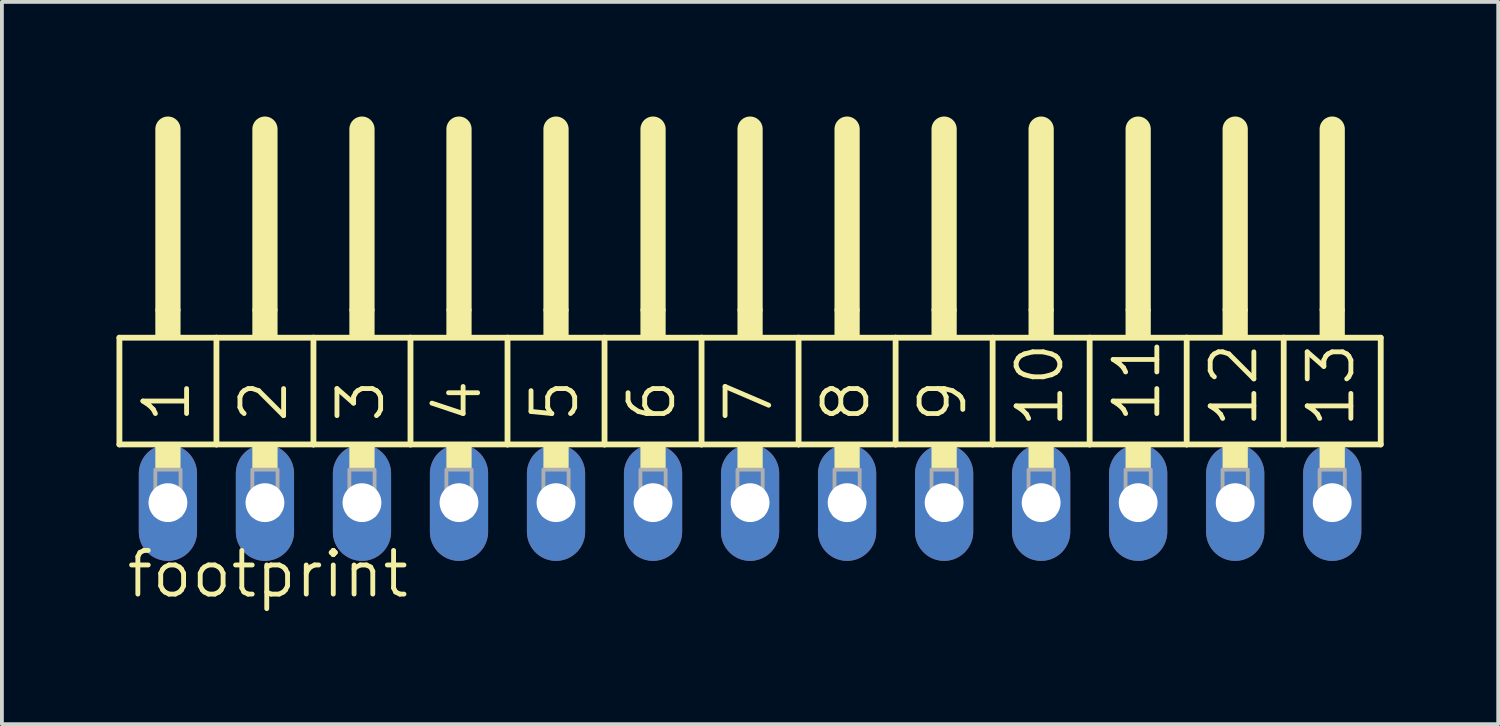
<source format=kicad_pcb>
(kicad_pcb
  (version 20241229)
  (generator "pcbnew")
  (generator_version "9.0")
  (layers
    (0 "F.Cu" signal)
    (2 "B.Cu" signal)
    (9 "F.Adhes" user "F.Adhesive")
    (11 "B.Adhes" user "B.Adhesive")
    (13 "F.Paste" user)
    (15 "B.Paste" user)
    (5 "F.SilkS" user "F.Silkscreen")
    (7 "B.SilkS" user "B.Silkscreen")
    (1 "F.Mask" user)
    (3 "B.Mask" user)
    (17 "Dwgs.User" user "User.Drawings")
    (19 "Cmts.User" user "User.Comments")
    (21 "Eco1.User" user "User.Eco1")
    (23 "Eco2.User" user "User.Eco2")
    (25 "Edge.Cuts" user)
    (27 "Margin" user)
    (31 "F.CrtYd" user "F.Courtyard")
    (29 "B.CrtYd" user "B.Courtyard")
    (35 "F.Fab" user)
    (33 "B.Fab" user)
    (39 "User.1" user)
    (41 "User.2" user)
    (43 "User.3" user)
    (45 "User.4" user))
  (footprint "footprint"
    (layer "F.Cu")
    (at 16.586 10.109)
    (property "Reference" "footprint" (at -16.383 2.54 0) (layer "F.SilkS") (effects (font (size 1.143 1.143) (thickness 0.127)) (justify left bottom)))
    (fp_line (start -16.51 -4.318) (end -13.97 -4.318) (stroke (width 0.152) (type solid)) (layer "F.SilkS"))
    (fp_line (start -16.51 -1.524) (end -16.51 -4.318) (stroke (width 0.152) (type solid)) (layer "F.SilkS"))
    (fp_line (start -15.24 -5.08) (end -15.24 -9.779) (stroke (width 0.66) (type solid)) (layer "F.SilkS"))
    (fp_line (start -13.97 -4.318) (end -11.43 -4.318) (stroke (width 0.152) (type solid)) (layer "F.SilkS"))
    (fp_line (start -13.97 -1.524) (end -16.51 -1.524) (stroke (width 0.152) (type solid)) (layer "F.SilkS"))
    (fp_line (start -13.97 -1.524) (end -13.97 -4.318) (stroke (width 0.152) (type solid)) (layer "F.SilkS"))
    (fp_line (start -13.97 -1.524) (end -11.43 -1.524) (stroke (width 0.152) (type solid)) (layer "F.SilkS"))
    (fp_line (start -12.7 -5.08) (end -12.7 -9.779) (stroke (width 0.66) (type solid)) (layer "F.SilkS"))
    (fp_line (start -11.43 -4.318) (end -8.89 -4.318) (stroke (width 0.152) (type solid)) (layer "F.SilkS"))
    (fp_line (start -11.43 -1.524) (end -11.43 -4.318) (stroke (width 0.152) (type solid)) (layer "F.SilkS"))
    (fp_line (start -10.16 -5.08) (end -10.16 -9.779) (stroke (width 0.66) (type solid)) (layer "F.SilkS"))
    (fp_line (start -8.89 -4.318) (end -6.35 -4.318) (stroke (width 0.152) (type solid)) (layer "F.SilkS"))
    (fp_line (start -8.89 -1.524) (end -11.43 -1.524) (stroke (width 0.152) (type solid)) (layer "F.SilkS"))
    (fp_line (start -8.89 -1.524) (end -8.89 -4.318) (stroke (width 0.152) (type solid)) (layer "F.SilkS"))
    (fp_line (start -7.62 -5.08) (end -7.62 -9.779) (stroke (width 0.66) (type solid)) (layer "F.SilkS"))
    (fp_line (start -6.35 -4.318) (end -3.81 -4.318) (stroke (width 0.152) (type solid)) (layer "F.SilkS"))
    (fp_line (start -6.35 -1.524) (end -8.89 -1.524) (stroke (width 0.152) (type solid)) (layer "F.SilkS"))
    (fp_line (start -6.35 -1.524) (end -6.35 -4.318) (stroke (width 0.152) (type solid)) (layer "F.SilkS"))
    (fp_line (start -5.08 -5.08) (end -5.08 -9.779) (stroke (width 0.66) (type solid)) (layer "F.SilkS"))
    (fp_line (start -3.81 -4.318) (end -1.27 -4.318) (stroke (width 0.152) (type solid)) (layer "F.SilkS"))
    (fp_line (start -3.81 -1.524) (end -6.35 -1.524) (stroke (width 0.152) (type solid)) (layer "F.SilkS"))
    (fp_line (start -3.81 -1.524) (end -3.81 -4.318) (stroke (width 0.152) (type solid)) (layer "F.SilkS"))
    (fp_line (start -2.54 -5.08) (end -2.54 -9.779) (stroke (width 0.66) (type solid)) (layer "F.SilkS"))
    (fp_line (start -1.27 -4.318) (end 1.27 -4.318) (stroke (width 0.152) (type solid)) (layer "F.SilkS"))
    (fp_line (start -1.27 -1.524) (end -3.81 -1.524) (stroke (width 0.152) (type solid)) (layer "F.SilkS"))
    (fp_line (start -1.27 -1.524) (end -1.27 -4.318) (stroke (width 0.152) (type solid)) (layer "F.SilkS"))
    (fp_line (start -1.27 -1.524) (end 1.27 -1.524) (stroke (width 0.152) (type solid)) (layer "F.SilkS"))
    (fp_line (start 0 -5.08) (end 0 -9.779) (stroke (width 0.66) (type solid)) (layer "F.SilkS"))
    (fp_line (start 1.27 -4.318) (end 3.81 -4.318) (stroke (width 0.152) (type solid)) (layer "F.SilkS"))
    (fp_line (start 1.27 -1.524) (end 1.27 -4.318) (stroke (width 0.152) (type solid)) (layer "F.SilkS"))
    (fp_line (start 2.54 -5.08) (end 2.54 -9.779) (stroke (width 0.66) (type solid)) (layer "F.SilkS"))
    (fp_line (start 3.81 -4.318) (end 6.35 -4.318) (stroke (width 0.152) (type solid)) (layer "F.SilkS"))
    (fp_line (start 3.81 -1.524) (end 1.27 -1.524) (stroke (width 0.152) (type solid)) (layer "F.SilkS"))
    (fp_line (start 3.81 -1.524) (end 3.81 -4.318) (stroke (width 0.152) (type solid)) (layer "F.SilkS"))
    (fp_line (start 5.08 -5.08) (end 5.08 -9.779) (stroke (width 0.66) (type solid)) (layer "F.SilkS"))
    (fp_line (start 6.35 -4.318) (end 8.89 -4.318) (stroke (width 0.152) (type solid)) (layer "F.SilkS"))
    (fp_line (start 6.35 -1.524) (end 3.81 -1.524) (stroke (width 0.152) (type solid)) (layer "F.SilkS"))
    (fp_line (start 6.35 -1.524) (end 6.35 -4.318) (stroke (width 0.152) (type solid)) (layer "F.SilkS"))
    (fp_line (start 7.62 -5.08) (end 7.62 -9.779) (stroke (width 0.66) (type solid)) (layer "F.SilkS"))
    (fp_line (start 8.89 -4.318) (end 11.43 -4.318) (stroke (width 0.152) (type solid)) (layer "F.SilkS"))
    (fp_line (start 8.89 -1.524) (end 6.35 -1.524) (stroke (width 0.152) (type solid)) (layer "F.SilkS"))
    (fp_line (start 8.89 -1.524) (end 8.89 -4.318) (stroke (width 0.152) (type solid)) (layer "F.SilkS"))
    (fp_line (start 10.16 -5.08) (end 10.16 -9.779) (stroke (width 0.66) (type solid)) (layer "F.SilkS"))
    (fp_line (start 11.43 -4.318) (end 13.97 -4.318) (stroke (width 0.152) (type solid)) (layer "F.SilkS"))
    (fp_line (start 11.43 -1.524) (end 8.89 -1.524) (stroke (width 0.152) (type solid)) (layer "F.SilkS"))
    (fp_line (start 11.43 -1.524) (end 11.43 -4.318) (stroke (width 0.152) (type solid)) (layer "F.SilkS"))
    (fp_line (start 11.43 -1.524) (end 13.97 -1.524) (stroke (width 0.152) (type solid)) (layer "F.SilkS"))
    (fp_line (start 12.7 -5.08) (end 12.7 -9.779) (stroke (width 0.66) (type solid)) (layer "F.SilkS"))
    (fp_line (start 13.97 -4.318) (end 16.51 -4.318) (stroke (width 0.152) (type solid)) (layer "F.SilkS"))
    (fp_line (start 13.97 -1.524) (end 13.97 -4.318) (stroke (width 0.152) (type solid)) (layer "F.SilkS"))
    (fp_line (start 13.97 -1.524) (end 16.51 -1.524) (stroke (width 0.152) (type solid)) (layer "F.SilkS"))
    (fp_line (start 15.24 -5.08) (end 15.24 -9.779) (stroke (width 0.66) (type solid)) (layer "F.SilkS"))
    (fp_line (start 16.51 -1.524) (end 16.51 -4.318) (stroke (width 0.152) (type solid)) (layer "F.SilkS"))
    (fp_poly (pts (xy -15.57 -4.318) (xy -14.91 -4.318) (xy -14.91 -5.08) (xy -15.57 -5.08)) (stroke (width 0) (type solid)) (fill yes) (layer "F.SilkS"))
    (fp_poly (pts (xy -15.57 -0.864) (xy -14.91 -0.864) (xy -14.91 -1.524) (xy -15.57 -1.524)) (stroke (width 0) (type solid)) (fill yes) (layer "F.SilkS"))
    (fp_poly (pts (xy -13.03 -4.318) (xy -12.37 -4.318) (xy -12.37 -5.08) (xy -13.03 -5.08)) (stroke (width 0) (type solid)) (fill yes) (layer "F.SilkS"))
    (fp_poly (pts (xy -13.03 -0.864) (xy -12.37 -0.864) (xy -12.37 -1.524) (xy -13.03 -1.524)) (stroke (width 0) (type solid)) (fill yes) (layer "F.SilkS"))
    (fp_poly (pts (xy -10.49 -4.318) (xy -9.83 -4.318) (xy -9.83 -5.08) (xy -10.49 -5.08)) (stroke (width 0) (type solid)) (fill yes) (layer "F.SilkS"))
    (fp_poly (pts (xy -10.49 -0.864) (xy -9.83 -0.864) (xy -9.83 -1.524) (xy -10.49 -1.524)) (stroke (width 0) (type solid)) (fill yes) (layer "F.SilkS"))
    (fp_poly (pts (xy -7.95 -4.318) (xy -7.29 -4.318) (xy -7.29 -5.08) (xy -7.95 -5.08)) (stroke (width 0) (type solid)) (fill yes) (layer "F.SilkS"))
    (fp_poly (pts (xy -7.95 -0.864) (xy -7.29 -0.864) (xy -7.29 -1.524) (xy -7.95 -1.524)) (stroke (width 0) (type solid)) (fill yes) (layer "F.SilkS"))
    (fp_poly (pts (xy -5.41 -4.318) (xy -4.75 -4.318) (xy -4.75 -5.08) (xy -5.41 -5.08)) (stroke (width 0) (type solid)) (fill yes) (layer "F.SilkS"))
    (fp_poly (pts (xy -5.41 -0.864) (xy -4.75 -0.864) (xy -4.75 -1.524) (xy -5.41 -1.524)) (stroke (width 0) (type solid)) (fill yes) (layer "F.SilkS"))
    (fp_poly (pts (xy -2.87 -4.318) (xy -2.21 -4.318) (xy -2.21 -5.08) (xy -2.87 -5.08)) (stroke (width 0) (type solid)) (fill yes) (layer "F.SilkS"))
    (fp_poly (pts (xy -2.87 -0.864) (xy -2.21 -0.864) (xy -2.21 -1.524) (xy -2.87 -1.524)) (stroke (width 0) (type solid)) (fill yes) (layer "F.SilkS"))
    (fp_poly (pts (xy -0.33 -4.318) (xy 0.33 -4.318) (xy 0.33 -5.08) (xy -0.33 -5.08)) (stroke (width 0) (type solid)) (fill yes) (layer "F.SilkS"))
    (fp_poly (pts (xy -0.33 -0.864) (xy 0.33 -0.864) (xy 0.33 -1.524) (xy -0.33 -1.524)) (stroke (width 0) (type solid)) (fill yes) (layer "F.SilkS"))
    (fp_poly (pts (xy 2.21 -4.318) (xy 2.87 -4.318) (xy 2.87 -5.08) (xy 2.21 -5.08)) (stroke (width 0) (type solid)) (fill yes) (layer "F.SilkS"))
    (fp_poly (pts (xy 2.21 -0.864) (xy 2.87 -0.864) (xy 2.87 -1.524) (xy 2.21 -1.524)) (stroke (width 0) (type solid)) (fill yes) (layer "F.SilkS"))
    (fp_poly (pts (xy 4.75 -4.318) (xy 5.41 -4.318) (xy 5.41 -5.08) (xy 4.75 -5.08)) (stroke (width 0) (type solid)) (fill yes) (layer "F.SilkS"))
    (fp_poly (pts (xy 4.75 -0.864) (xy 5.41 -0.864) (xy 5.41 -1.524) (xy 4.75 -1.524)) (stroke (width 0) (type solid)) (fill yes) (layer "F.SilkS"))
    (fp_poly (pts (xy 7.29 -4.318) (xy 7.95 -4.318) (xy 7.95 -5.08) (xy 7.29 -5.08)) (stroke (width 0) (type solid)) (fill yes) (layer "F.SilkS"))
    (fp_poly (pts (xy 7.29 -0.864) (xy 7.95 -0.864) (xy 7.95 -1.524) (xy 7.29 -1.524)) (stroke (width 0) (type solid)) (fill yes) (layer "F.SilkS"))
    (fp_poly (pts (xy 9.83 -4.318) (xy 10.49 -4.318) (xy 10.49 -5.08) (xy 9.83 -5.08)) (stroke (width 0) (type solid)) (fill yes) (layer "F.SilkS"))
    (fp_poly (pts (xy 9.83 -0.864) (xy 10.49 -0.864) (xy 10.49 -1.524) (xy 9.83 -1.524)) (stroke (width 0) (type solid)) (fill yes) (layer "F.SilkS"))
    (fp_poly (pts (xy 12.37 -4.318) (xy 13.03 -4.318) (xy 13.03 -5.08) (xy 12.37 -5.08)) (stroke (width 0) (type solid)) (fill yes) (layer "F.SilkS"))
    (fp_poly (pts (xy 12.37 -0.864) (xy 13.03 -0.864) (xy 13.03 -1.524) (xy 12.37 -1.524)) (stroke (width 0) (type solid)) (fill yes) (layer "F.SilkS"))
    (fp_poly (pts (xy 14.91 -4.318) (xy 15.57 -4.318) (xy 15.57 -5.08) (xy 14.91 -5.08)) (stroke (width 0) (type solid)) (fill yes) (layer "F.SilkS"))
    (fp_poly (pts (xy 14.91 -0.864) (xy 15.57 -0.864) (xy 15.57 -1.524) (xy 14.91 -1.524)) (stroke (width 0) (type solid)) (fill yes) (layer "F.SilkS"))
    (fp_poly (pts (xy -15.57 0.33) (xy -14.91 0.33) (xy -14.91 -0.864) (xy -15.57 -0.864)) (stroke (width 0.1) (type solid)) (fill no) (layer "F.Fab"))
    (fp_poly (pts (xy -13.03 0.33) (xy -12.37 0.33) (xy -12.37 -0.864) (xy -13.03 -0.864)) (stroke (width 0.1) (type solid)) (fill no) (layer "F.Fab"))
    (fp_poly (pts (xy -10.49 0.33) (xy -9.83 0.33) (xy -9.83 -0.864) (xy -10.49 -0.864)) (stroke (width 0.1) (type solid)) (fill no) (layer "F.Fab"))
    (fp_poly (pts (xy -7.95 0.33) (xy -7.29 0.33) (xy -7.29 -0.864) (xy -7.95 -0.864)) (stroke (width 0.1) (type solid)) (fill no) (layer "F.Fab"))
    (fp_poly (pts (xy -5.41 0.33) (xy -4.75 0.33) (xy -4.75 -0.864) (xy -5.41 -0.864)) (stroke (width 0.1) (type solid)) (fill no) (layer "F.Fab"))
    (fp_poly (pts (xy -2.87 0.33) (xy -2.21 0.33) (xy -2.21 -0.864) (xy -2.87 -0.864)) (stroke (width 0.1) (type solid)) (fill no) (layer "F.Fab"))
    (fp_poly (pts (xy -0.33 0.33) (xy 0.33 0.33) (xy 0.33 -0.864) (xy -0.33 -0.864)) (stroke (width 0.1) (type solid)) (fill no) (layer "F.Fab"))
    (fp_poly (pts (xy 2.21 0.33) (xy 2.87 0.33) (xy 2.87 -0.864) (xy 2.21 -0.864)) (stroke (width 0.1) (type solid)) (fill no) (layer "F.Fab"))
    (fp_poly (pts (xy 4.75 0.33) (xy 5.41 0.33) (xy 5.41 -0.864) (xy 4.75 -0.864)) (stroke (width 0.1) (type solid)) (fill no) (layer "F.Fab"))
    (fp_poly (pts (xy 7.29 0.33) (xy 7.95 0.33) (xy 7.95 -0.864) (xy 7.29 -0.864)) (stroke (width 0.1) (type solid)) (fill no) (layer "F.Fab"))
    (fp_poly (pts (xy 9.83 0.33) (xy 10.49 0.33) (xy 10.49 -0.864) (xy 9.83 -0.864)) (stroke (width 0.1) (type solid)) (fill no) (layer "F.Fab"))
    (fp_poly (pts (xy 12.37 0.33) (xy 13.03 0.33) (xy 13.03 -0.864) (xy 12.37 -0.864)) (stroke (width 0.1) (type solid)) (fill no) (layer "F.Fab"))
    (fp_poly (pts (xy 14.91 0.33) (xy 15.57 0.33) (xy 15.57 -0.864) (xy 14.91 -0.864)) (stroke (width 0.1) (type solid)) (fill no) (layer "F.Fab"))
    (fp_text user "4" (at -6.985 -2.032 90) (layer "F.SilkS") (effects (font (size 1.143 1.143) (thickness 0.127)) (justify left bottom)))
    (fp_text user "1" (at -14.605 -2.032 90) (layer "F.SilkS") (effects (font (size 1.143 1.143) (thickness 0.127)) (justify left bottom)))
    (fp_text user "11" (at 10.795 -2.032 90) (layer "F.SilkS") (effects (font (size 1.143 1.143) (thickness 0.127)) (justify left bottom)))
    (fp_text user "8" (at 3.175 -2.032 90) (layer "F.SilkS") (effects (font (size 1.143 1.143) (thickness 0.127)) (justify left bottom)))
    (fp_text user "2" (at -12.065 -2.032 90) (layer "F.SilkS") (effects (font (size 1.143 1.143) (thickness 0.127)) (justify left bottom)))
    (fp_text user "10" (at 8.255 -1.905 90) (layer "F.SilkS") (effects (font (size 1.143 1.143) (thickness 0.127)) (justify left bottom)))
    (fp_text user "7" (at 0.635 -2.032 90) (layer "F.SilkS") (effects (font (size 1.143 1.143) (thickness 0.127)) (justify left bottom)))
    (fp_text user "13" (at 15.875 -1.905 90) (layer "F.SilkS") (effects (font (size 1.143 1.143) (thickness 0.127)) (justify left bottom)))
    (fp_text user "3" (at -9.525 -2.032 90) (layer "F.SilkS") (effects (font (size 1.143 1.143) (thickness 0.127)) (justify left bottom)))
    (fp_text user "5" (at -4.445 -2.032 90) (layer "F.SilkS") (effects (font (size 1.143 1.143) (thickness 0.127)) (justify left bottom)))
    (fp_text user "6" (at -1.905 -2.032 90) (layer "F.SilkS") (effects (font (size 1.143 1.143) (thickness 0.127)) (justify left bottom)))
    (fp_text user "12" (at 13.335 -1.905 90) (layer "F.SilkS") (effects (font (size 1.143 1.143) (thickness 0.127)) (justify left bottom)))
    (fp_text user "9" (at 5.715 -2.032 90) (layer "F.SilkS") (effects (font (size 1.143 1.143) (thickness 0.127)) (justify left bottom)))
    (pad "1" thru_hole oval (at -15.24 0 90) (size 3.048 1.524) (drill 1.016) (layers "*.Cu" "*.Mask"))
    (pad "2" thru_hole oval (at -12.7 0 90) (size 3.048 1.524) (drill 1.016) (layers "*.Cu" "*.Mask"))
    (pad "3" thru_hole oval (at -10.16 0 90) (size 3.048 1.524) (drill 1.016) (layers "*.Cu" "*.Mask"))
    (pad "4" thru_hole oval (at -7.62 0 90) (size 3.048 1.524) (drill 1.016) (layers "*.Cu" "*.Mask"))
    (pad "5" thru_hole oval (at -5.08 0 90) (size 3.048 1.524) (drill 1.016) (layers "*.Cu" "*.Mask"))
    (pad "6" thru_hole oval (at -2.54 0 90) (size 3.048 1.524) (drill 1.016) (layers "*.Cu" "*.Mask"))
    (pad "7" thru_hole oval (at 0 0 90) (size 3.048 1.524) (drill 1.016) (layers "*.Cu" "*.Mask"))
    (pad "8" thru_hole oval (at 2.54 0 90) (size 3.048 1.524) (drill 1.016) (layers "*.Cu" "*.Mask"))
    (pad "9" thru_hole oval (at 5.08 0 90) (size 3.048 1.524) (drill 1.016) (layers "*.Cu" "*.Mask"))
    (pad "10" thru_hole oval (at 7.62 0 90) (size 3.048 1.524) (drill 1.016) (layers "*.Cu" "*.Mask"))
    (pad "11" thru_hole oval (at 10.16 0 90) (size 3.048 1.524) (drill 1.016) (layers "*.Cu" "*.Mask"))
    (pad "12" thru_hole oval (at 12.7 0 90) (size 3.048 1.524) (drill 1.016) (layers "*.Cu" "*.Mask"))
    (pad "13" thru_hole oval (at 15.24 0 90) (size 3.048 1.524) (drill 1.016) (layers "*.Cu" "*.Mask")))
  (gr_rect
    (start -3 -3)
    (end 36.172 15.908)
    (stroke (width 0.1) (type default))
    (fill no)
    (layer "Edge.Cuts")))
</source>
